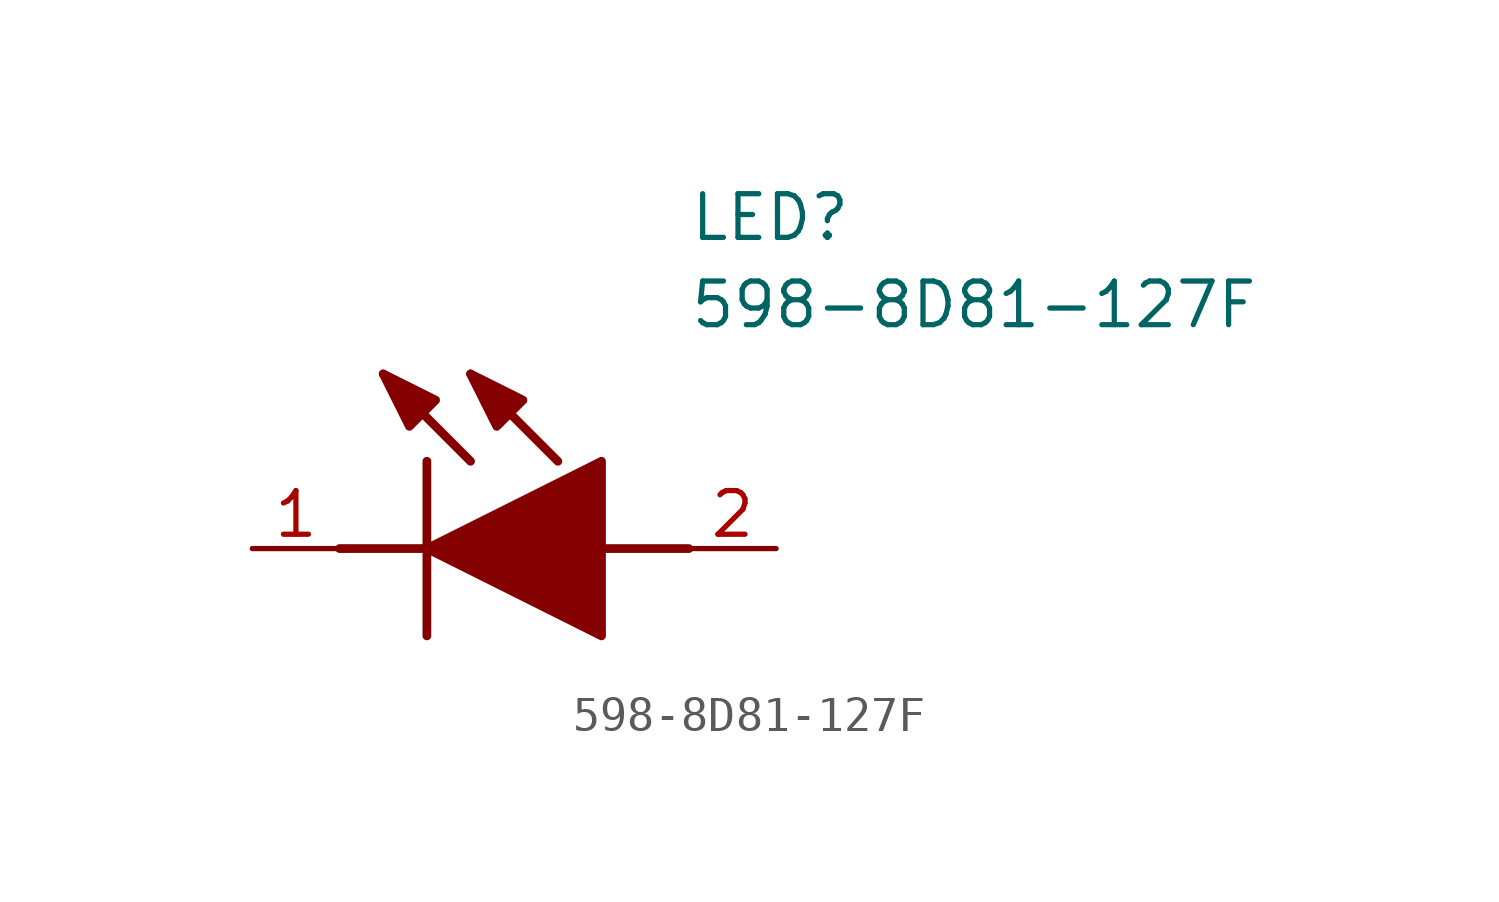
<source format=kicad_sym>
(kicad_symbol_lib
  (version 20211014)
  (generator SamacSys_ECAD_Model)
  (symbol "598-8D81-127F"
    (pin_names hide)
    (property "Reference" "LED"
      (at 12.7 8.89 0)
      (effects (font (size 1.27 1.27)) (justify left bottom)))
    (property "Value" "598-8D81-127F"
      (at 12.7 6.35 0)
      (effects (font (size 1.27 1.27)) (justify left bottom)))
    (polyline
      (pts (xy 5.08 2.54) (xy 5.08 -2.54))
      (stroke (width 0.254) (type default))
      (fill (type none)))
    (polyline
      (pts (xy 6.35 2.54) (xy 3.81 5.08))
      (stroke (width 0.254) (type default))
      (fill (type none)))
    (polyline
      (pts (xy 8.89 2.54) (xy 6.35 5.08))
      (stroke (width 0.254) (type default))
      (fill (type none)))
    (polyline
      (pts (xy 2.54 0) (xy 5.08 0))
      (stroke (width 0.254) (type default))
      (fill (type none)))
    (polyline
      (pts (xy 10.16 0) (xy 12.7 0))
      (stroke (width 0.254) (type default))
      (fill (type none)))
    (polyline
      (pts (xy 5.08 0) (xy 10.16 2.54) (xy 10.16 -2.54) (xy 5.08 0))
      (stroke (width 0.254) (type default))
      (fill (type outline)))
    (polyline
      (pts (xy 5.334 4.318) (xy 4.572 3.556) (xy 3.81 5.08) (xy 5.334 4.318))
      (stroke (width 0.254) (type default))
      (fill (type outline)))
    (polyline
      (pts (xy 7.874 4.318) (xy 7.112 3.556) (xy 6.35 5.08) (xy 7.874 4.318))
      (stroke (width 0.254) (type default))
      (fill (type outline)))
    (pin passive line
      (at 0 0 0)
      (length 2.54)
      (name "K" (effects (font (size 1.27 1.27))))
      (number "1" (effects (font (size 1.27 1.27)))))
    (pin passive line
      (at 15.24 0 180)
      (length 2.54)
      (name "A" (effects (font (size 1.27 1.27))))
      (number "2" (effects (font (size 1.27 1.27)))))))
</source>
